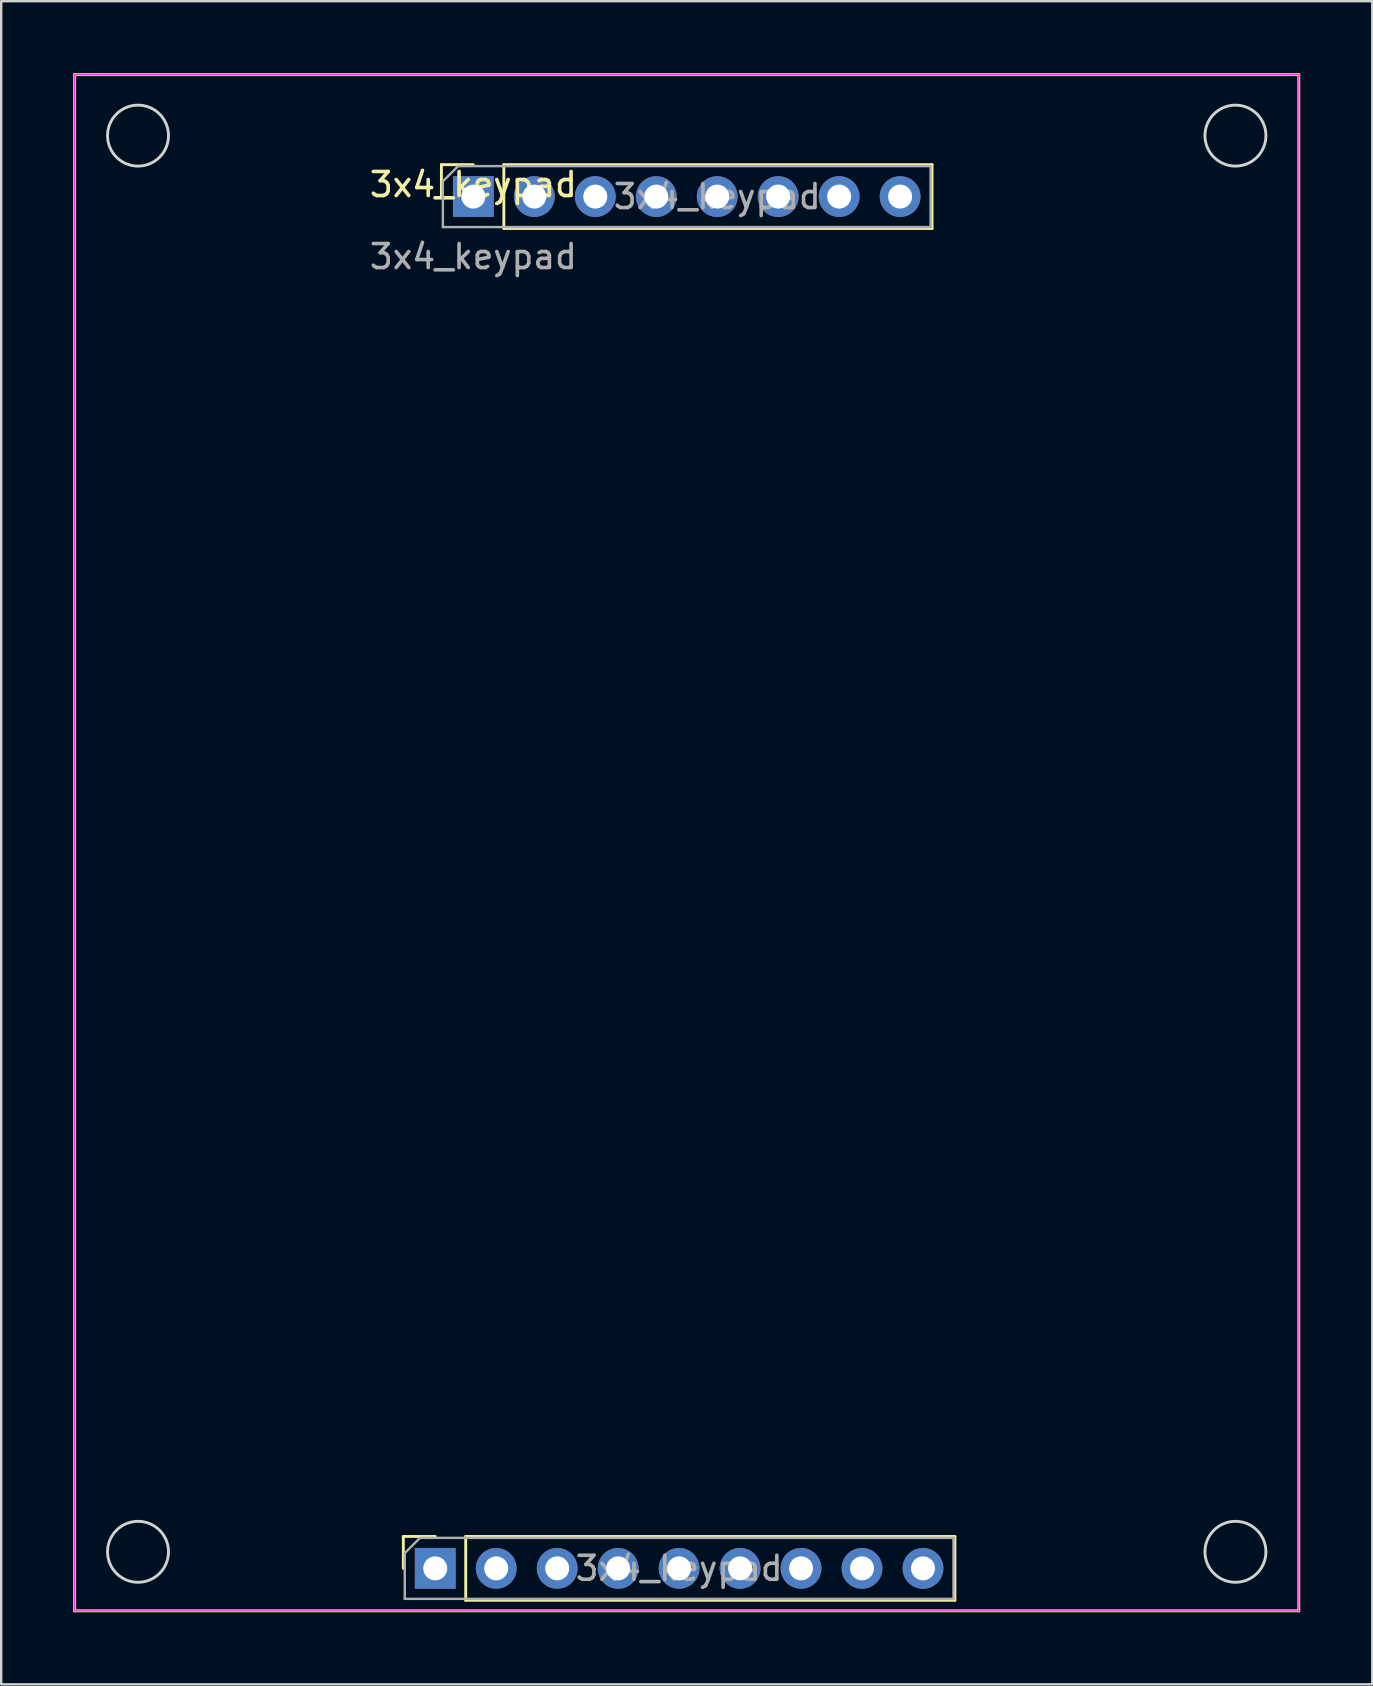
<source format=kicad_pcb>
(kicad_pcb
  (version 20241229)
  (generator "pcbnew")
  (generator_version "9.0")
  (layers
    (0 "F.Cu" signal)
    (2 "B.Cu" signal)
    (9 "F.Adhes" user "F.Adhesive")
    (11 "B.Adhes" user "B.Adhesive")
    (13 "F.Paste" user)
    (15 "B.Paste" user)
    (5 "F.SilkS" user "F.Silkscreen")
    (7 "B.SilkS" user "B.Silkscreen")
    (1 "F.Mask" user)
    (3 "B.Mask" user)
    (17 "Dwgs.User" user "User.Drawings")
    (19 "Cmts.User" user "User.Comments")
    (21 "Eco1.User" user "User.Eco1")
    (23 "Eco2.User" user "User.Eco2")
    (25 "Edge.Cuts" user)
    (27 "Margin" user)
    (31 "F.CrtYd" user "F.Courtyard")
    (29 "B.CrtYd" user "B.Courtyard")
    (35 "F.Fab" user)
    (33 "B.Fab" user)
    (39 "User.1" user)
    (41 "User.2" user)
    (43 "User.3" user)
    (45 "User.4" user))
  (footprint "3x4_keypad"
    (layer "F.Cu")
    (at 16.67 5.14)
    (property "Reference" "3x4_keypad" (at 0 -0.5 0) (unlocked yes) (layer "F.SilkS") (effects (font (size 1 1) (thickness 0.15))))
    (attr through_hole)
    (fp_line (start -16.61 -5.08) (end -16.61 58.92) (stroke (width 0.12) (type solid)) (layer "F.SilkS"))
    (fp_line (start -16.61 -5.08) (end 34.39 -5.08) (stroke (width 0.12) (type solid)) (layer "F.SilkS"))
    (fp_line (start -2.917 55.82) (end -1.587 55.82) (stroke (width 0.12) (type solid)) (layer "F.SilkS"))
    (fp_line (start -2.917 57.15) (end -2.917 55.82) (stroke (width 0.12) (type solid)) (layer "F.SilkS"))
    (fp_line (start -1.33 -1.33) (end 0 -1.33) (stroke (width 0.12) (type solid)) (layer "F.SilkS"))
    (fp_line (start -1.33 0) (end -1.33 -1.33) (stroke (width 0.12) (type solid)) (layer "F.SilkS"))
    (fp_line (start -0.318 55.82) (end 20.062 55.82) (stroke (width 0.12) (type solid)) (layer "F.SilkS"))
    (fp_line (start -0.318 58.48) (end -0.318 55.82) (stroke (width 0.12) (type solid)) (layer "F.SilkS"))
    (fp_line (start -0.318 58.48) (end 20.062 58.48) (stroke (width 0.12) (type solid)) (layer "F.SilkS"))
    (fp_line (start 1.27 -1.33) (end 19.11 -1.33) (stroke (width 0.12) (type solid)) (layer "F.SilkS"))
    (fp_line (start 1.27 1.33) (end 1.27 -1.33) (stroke (width 0.12) (type solid)) (layer "F.SilkS"))
    (fp_line (start 1.27 1.33) (end 19.11 1.33) (stroke (width 0.12) (type solid)) (layer "F.SilkS"))
    (fp_line (start 19.11 1.33) (end 19.11 -1.33) (stroke (width 0.12) (type solid)) (layer "F.SilkS"))
    (fp_line (start 20.062 58.48) (end 20.062 55.82) (stroke (width 0.12) (type solid)) (layer "F.SilkS"))
    (fp_line (start 34.39 -5.08) (end 34.39 58.92) (stroke (width 0.12) (type solid)) (layer "F.SilkS"))
    (fp_line (start 34.39 58.92) (end -16.61 58.92) (stroke (width 0.12) (type solid)) (layer "F.SilkS"))
    (fp_circle (center -13.97 -2.54) (end -13.97 -3.81) (stroke (width 0.12) (type default)) (fill no) (layer "Edge.Cuts"))
    (fp_circle (center -13.97 56.46) (end -12.7 56.46) (stroke (width 0.12) (type default)) (fill no) (layer "Edge.Cuts"))
    (fp_circle (center 31.75 -2.54) (end 30.48 -2.54) (stroke (width 0.12) (type default)) (fill no) (layer "Edge.Cuts"))
    (fp_circle (center 31.75 56.46) (end 33.02 56.46) (stroke (width 0.12) (type default)) (fill no) (layer "Edge.Cuts"))
    (fp_line (start -16.61 -5.08) (end 34.39 -5.08) (stroke (width 0.05) (type solid)) (layer "F.CrtYd"))
    (fp_line (start -16.61 58.92) (end -16.61 -5.08) (stroke (width 0.05) (type solid)) (layer "F.CrtYd"))
    (fp_line (start 34.39 -5.08) (end 34.39 58.92) (stroke (width 0.05) (type solid)) (layer "F.CrtYd"))
    (fp_line (start 34.39 58.92) (end -16.61 58.92) (stroke (width 0.05) (type solid)) (layer "F.CrtYd"))
    (fp_line (start -2.857 56.515) (end -2.223 55.88) (stroke (width 0.1) (type solid)) (layer "F.Fab"))
    (fp_line (start -2.857 58.42) (end -2.857 56.515) (stroke (width 0.1) (type solid)) (layer "F.Fab"))
    (fp_line (start -2.223 55.88) (end 20.003 55.88) (stroke (width 0.1) (type solid)) (layer "F.Fab"))
    (fp_line (start -1.27 -0.635) (end -0.635 -1.27) (stroke (width 0.1) (type solid)) (layer "F.Fab"))
    (fp_line (start -1.27 1.27) (end -1.27 -0.635) (stroke (width 0.1) (type solid)) (layer "F.Fab"))
    (fp_line (start -0.635 -1.27) (end 19.05 -1.27) (stroke (width 0.1) (type solid)) (layer "F.Fab"))
    (fp_line (start 19.05 -1.27) (end 19.05 1.27) (stroke (width 0.1) (type solid)) (layer "F.Fab"))
    (fp_line (start 19.05 1.27) (end -1.27 1.27) (stroke (width 0.1) (type solid)) (layer "F.Fab"))
    (fp_line (start 20.003 55.88) (end 20.003 58.42) (stroke (width 0.1) (type solid)) (layer "F.Fab"))
    (fp_line (start 20.003 58.42) (end -2.857 58.42) (stroke (width 0.1) (type solid)) (layer "F.Fab"))
    (fp_text user "${REFERENCE}" (at 0 2.5 0) (unlocked yes) (layer "F.Fab") (effects (font (size 1 1) (thickness 0.15))))
    (fp_text user "${REFERENCE}" (at 10.16 0 180) (layer "F.Fab") (effects (font (size 1 1) (thickness 0.15))))
    (fp_text user "${REFERENCE}" (at 8.572 57.15 180) (layer "F.Fab") (effects (font (size 1 1) (thickness 0.15))))
    (pad "A1" thru_hole rect (at 0 0 90) (size 1.7 1.7) (drill 1) (layers "*.Cu" "*.Mask"))
    (pad "A2" thru_hole oval (at 2.54 0 90) (size 1.7 1.7) (drill 1) (layers "*.Cu" "*.Mask"))
    (pad "A3" thru_hole oval (at 5.08 0 90) (size 1.7 1.7) (drill 1) (layers "*.Cu" "*.Mask"))
    (pad "A4" thru_hole oval (at 7.62 0 90) (size 1.7 1.7) (drill 1) (layers "*.Cu" "*.Mask"))
    (pad "A5" thru_hole oval (at 10.16 0 90) (size 1.7 1.7) (drill 1) (layers "*.Cu" "*.Mask"))
    (pad "A6" thru_hole oval (at 12.7 0 90) (size 1.7 1.7) (drill 1) (layers "*.Cu" "*.Mask"))
    (pad "A7" thru_hole oval (at 15.24 0 90) (size 1.7 1.7) (drill 1) (layers "*.Cu" "*.Mask"))
    (pad "A8" thru_hole oval (at 17.78 0 90) (size 1.7 1.7) (drill 1) (layers "*.Cu" "*.Mask"))
    (pad "B1" thru_hole rect (at -1.587 57.15 90) (size 1.7 1.7) (drill 1) (layers "*.Cu" "*.Mask"))
    (pad "B2" thru_hole oval (at 0.953 57.15 90) (size 1.7 1.7) (drill 1) (layers "*.Cu" "*.Mask"))
    (pad "B3" thru_hole oval (at 3.493 57.15 90) (size 1.7 1.7) (drill 1) (layers "*.Cu" "*.Mask"))
    (pad "B4" thru_hole oval (at 6.032 57.15 90) (size 1.7 1.7) (drill 1) (layers "*.Cu" "*.Mask"))
    (pad "B5" thru_hole oval (at 8.572 57.15 90) (size 1.7 1.7) (drill 1) (layers "*.Cu" "*.Mask"))
    (pad "B6" thru_hole oval (at 11.113 57.15 90) (size 1.7 1.7) (drill 1) (layers "*.Cu" "*.Mask"))
    (pad "B7" thru_hole oval (at 13.652 57.15 90) (size 1.7 1.7) (drill 1) (layers "*.Cu" "*.Mask"))
    (pad "B8" thru_hole oval (at 16.192 57.15 90) (size 1.7 1.7) (drill 1) (layers "*.Cu" "*.Mask"))
    (pad "B9" thru_hole oval (at 18.733 57.15 90) (size 1.7 1.7) (drill 1) (layers "*.Cu" "*.Mask")))
  (gr_rect
    (start -3 -3)
    (end 54.12 67.12)
    (stroke (width 0.1) (type default))
    (fill no)
    (layer "Edge.Cuts")))
</source>
